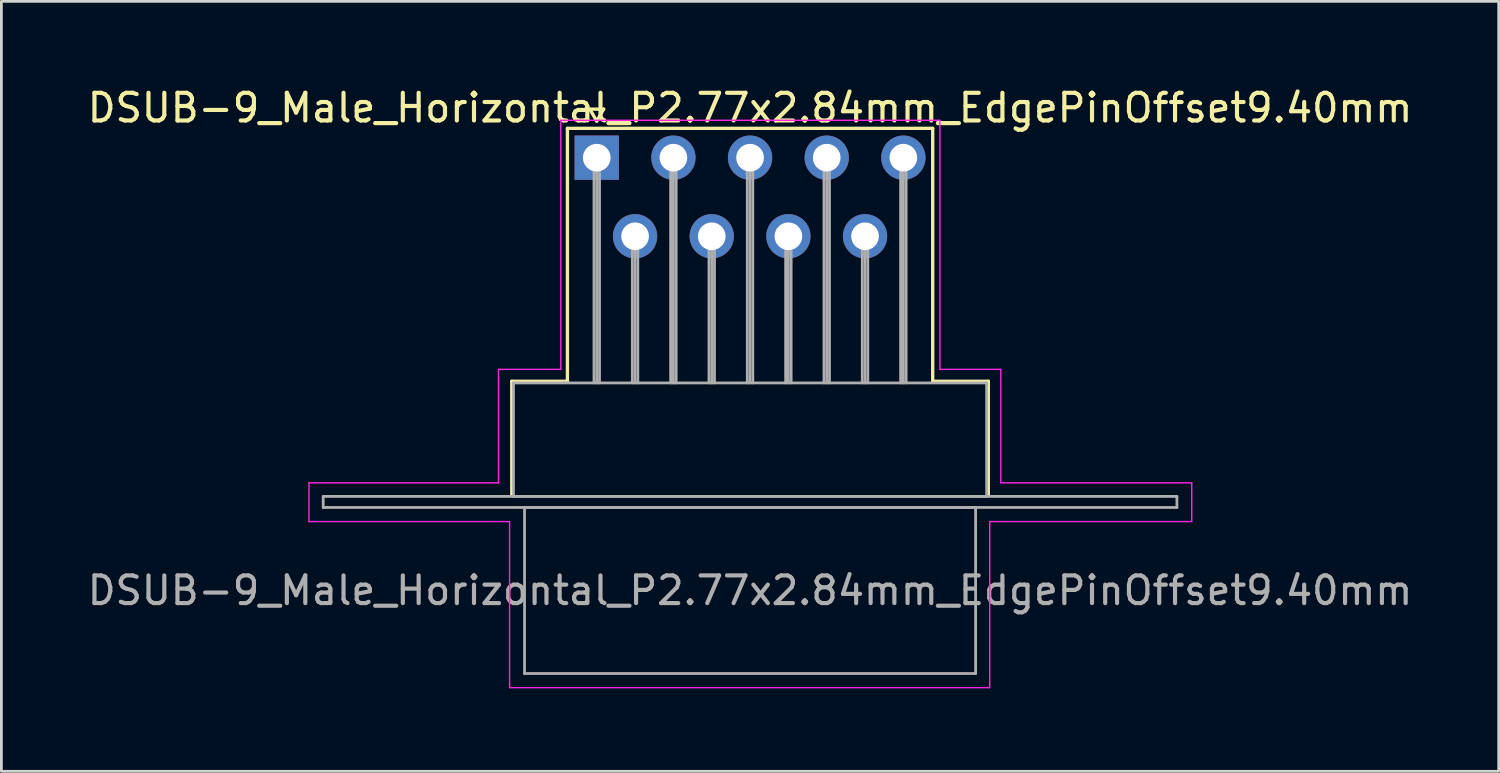
<source format=kicad_pcb>
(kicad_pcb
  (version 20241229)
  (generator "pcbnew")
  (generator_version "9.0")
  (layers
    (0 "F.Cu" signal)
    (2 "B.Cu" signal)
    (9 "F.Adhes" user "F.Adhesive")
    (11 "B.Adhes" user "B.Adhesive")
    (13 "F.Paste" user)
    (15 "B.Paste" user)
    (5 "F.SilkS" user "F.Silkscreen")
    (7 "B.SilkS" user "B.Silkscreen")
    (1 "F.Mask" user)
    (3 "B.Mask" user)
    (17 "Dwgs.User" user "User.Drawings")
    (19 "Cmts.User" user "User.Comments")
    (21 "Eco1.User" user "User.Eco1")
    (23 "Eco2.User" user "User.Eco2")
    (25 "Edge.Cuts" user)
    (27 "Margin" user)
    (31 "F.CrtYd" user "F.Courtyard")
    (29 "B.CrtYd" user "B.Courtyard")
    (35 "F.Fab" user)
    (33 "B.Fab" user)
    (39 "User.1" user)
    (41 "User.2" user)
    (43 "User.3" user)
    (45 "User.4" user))
  (footprint "DSUB-9_Male_Horizontal_P2.77x2.84mm_EdgePinOffset9.40mm"
    (layer "F.Cu")
    (at 18.514 2.648)
    (property "Reference" "DSUB-9_Male_Horizontal_P2.77x2.84mm_EdgePinOffset9.40mm" (at 5.54 -1.8 0) (layer "F.SilkS") (effects (font (size 1 1) (thickness 0.15))))
    (attr through_hole)
    (fp_line (start -3.07 8.08) (end -1.06 8.08) (stroke (width 0.12) (type solid)) (layer "F.SilkS"))
    (fp_line (start -3.07 12.18) (end -3.07 8.08) (stroke (width 0.12) (type solid)) (layer "F.SilkS"))
    (fp_line (start -1.06 -1.06) (end 12.14 -1.06) (stroke (width 0.12) (type solid)) (layer "F.SilkS"))
    (fp_line (start -1.06 8.08) (end -1.06 -1.06) (stroke (width 0.12) (type solid)) (layer "F.SilkS"))
    (fp_line (start -0.25 -1.754) (end 0.25 -1.754) (stroke (width 0.12) (type solid)) (layer "F.SilkS"))
    (fp_line (start 0 -1.321) (end -0.25 -1.754) (stroke (width 0.12) (type solid)) (layer "F.SilkS"))
    (fp_line (start 0.25 -1.754) (end 0 -1.321) (stroke (width 0.12) (type solid)) (layer "F.SilkS"))
    (fp_line (start 12.14 -1.06) (end 12.14 8.08) (stroke (width 0.12) (type solid)) (layer "F.SilkS"))
    (fp_line (start 12.14 8.08) (end 14.15 8.08) (stroke (width 0.12) (type solid)) (layer "F.SilkS"))
    (fp_line (start 14.15 8.08) (end 14.15 12.18) (stroke (width 0.12) (type solid)) (layer "F.SilkS"))
    (fp_line (start -10.4 11.75) (end -3.55 11.75) (stroke (width 0.05) (type solid)) (layer "F.CrtYd"))
    (fp_line (start -10.4 13.15) (end -10.4 11.75) (stroke (width 0.05) (type solid)) (layer "F.CrtYd"))
    (fp_line (start -3.55 7.65) (end -1.3 7.65) (stroke (width 0.05) (type solid)) (layer "F.CrtYd"))
    (fp_line (start -3.55 11.75) (end -3.55 7.65) (stroke (width 0.05) (type solid)) (layer "F.CrtYd"))
    (fp_line (start -3.15 13.15) (end -10.4 13.15) (stroke (width 0.05) (type solid)) (layer "F.CrtYd"))
    (fp_line (start -3.15 19.15) (end -3.15 13.15) (stroke (width 0.05) (type solid)) (layer "F.CrtYd"))
    (fp_line (start -1.3 -1.35) (end 12.4 -1.35) (stroke (width 0.05) (type solid)) (layer "F.CrtYd"))
    (fp_line (start -1.3 7.65) (end -1.3 -1.35) (stroke (width 0.05) (type solid)) (layer "F.CrtYd"))
    (fp_line (start 12.4 -1.35) (end 12.4 7.65) (stroke (width 0.05) (type solid)) (layer "F.CrtYd"))
    (fp_line (start 12.4 7.65) (end 14.6 7.65) (stroke (width 0.05) (type solid)) (layer "F.CrtYd"))
    (fp_line (start 14.2 13.15) (end 14.2 19.15) (stroke (width 0.05) (type solid)) (layer "F.CrtYd"))
    (fp_line (start 14.2 19.15) (end -3.15 19.15) (stroke (width 0.05) (type solid)) (layer "F.CrtYd"))
    (fp_line (start 14.6 7.65) (end 14.6 11.75) (stroke (width 0.05) (type solid)) (layer "F.CrtYd"))
    (fp_line (start 14.6 11.75) (end 21.5 11.75) (stroke (width 0.05) (type solid)) (layer "F.CrtYd"))
    (fp_line (start 21.5 11.75) (end 21.5 13.15) (stroke (width 0.05) (type solid)) (layer "F.CrtYd"))
    (fp_line (start 21.5 13.15) (end 14.2 13.15) (stroke (width 0.05) (type solid)) (layer "F.CrtYd"))
    (fp_line (start -9.885 12.24) (end -9.885 12.64) (stroke (width 0.1) (type solid)) (layer "F.Fab"))
    (fp_line (start -9.885 12.64) (end 20.965 12.64) (stroke (width 0.1) (type solid)) (layer "F.Fab"))
    (fp_line (start -3.01 8.14) (end -3.01 12.24) (stroke (width 0.1) (type solid)) (layer "F.Fab"))
    (fp_line (start -3.01 12.24) (end 14.09 12.24) (stroke (width 0.1) (type solid)) (layer "F.Fab"))
    (fp_line (start -2.61 12.64) (end -2.61 18.64) (stroke (width 0.1) (type solid)) (layer "F.Fab"))
    (fp_line (start -2.61 18.64) (end 13.69 18.64) (stroke (width 0.1) (type solid)) (layer "F.Fab"))
    (fp_line (start -0.1 0) (end -0.1 8.14) (stroke (width 0.1) (type solid)) (layer "F.Fab"))
    (fp_line (start 0 0) (end 0 8.14) (stroke (width 0.1) (type solid)) (layer "F.Fab"))
    (fp_line (start 0.1 0) (end 0.1 8.14) (stroke (width 0.1) (type solid)) (layer "F.Fab"))
    (fp_line (start 1.285 2.84) (end 1.285 8.14) (stroke (width 0.1) (type solid)) (layer "F.Fab"))
    (fp_line (start 1.385 2.84) (end 1.385 8.14) (stroke (width 0.1) (type solid)) (layer "F.Fab"))
    (fp_line (start 1.485 2.84) (end 1.485 8.14) (stroke (width 0.1) (type solid)) (layer "F.Fab"))
    (fp_line (start 2.67 0) (end 2.67 8.14) (stroke (width 0.1) (type solid)) (layer "F.Fab"))
    (fp_line (start 2.77 0) (end 2.77 8.14) (stroke (width 0.1) (type solid)) (layer "F.Fab"))
    (fp_line (start 2.87 0) (end 2.87 8.14) (stroke (width 0.1) (type solid)) (layer "F.Fab"))
    (fp_line (start 4.055 2.84) (end 4.055 8.14) (stroke (width 0.1) (type solid)) (layer "F.Fab"))
    (fp_line (start 4.155 2.84) (end 4.155 8.14) (stroke (width 0.1) (type solid)) (layer "F.Fab"))
    (fp_line (start 4.255 2.84) (end 4.255 8.14) (stroke (width 0.1) (type solid)) (layer "F.Fab"))
    (fp_line (start 5.44 0) (end 5.44 8.14) (stroke (width 0.1) (type solid)) (layer "F.Fab"))
    (fp_line (start 5.54 0) (end 5.54 8.14) (stroke (width 0.1) (type solid)) (layer "F.Fab"))
    (fp_line (start 5.64 0) (end 5.64 8.14) (stroke (width 0.1) (type solid)) (layer "F.Fab"))
    (fp_line (start 6.825 2.84) (end 6.825 8.14) (stroke (width 0.1) (type solid)) (layer "F.Fab"))
    (fp_line (start 6.925 2.84) (end 6.925 8.14) (stroke (width 0.1) (type solid)) (layer "F.Fab"))
    (fp_line (start 7.025 2.84) (end 7.025 8.14) (stroke (width 0.1) (type solid)) (layer "F.Fab"))
    (fp_line (start 8.21 0) (end 8.21 8.14) (stroke (width 0.1) (type solid)) (layer "F.Fab"))
    (fp_line (start 8.31 0) (end 8.31 8.14) (stroke (width 0.1) (type solid)) (layer "F.Fab"))
    (fp_line (start 8.41 0) (end 8.41 8.14) (stroke (width 0.1) (type solid)) (layer "F.Fab"))
    (fp_line (start 9.595 2.84) (end 9.595 8.14) (stroke (width 0.1) (type solid)) (layer "F.Fab"))
    (fp_line (start 9.695 2.84) (end 9.695 8.14) (stroke (width 0.1) (type solid)) (layer "F.Fab"))
    (fp_line (start 9.795 2.84) (end 9.795 8.14) (stroke (width 0.1) (type solid)) (layer "F.Fab"))
    (fp_line (start 10.98 0) (end 10.98 8.14) (stroke (width 0.1) (type solid)) (layer "F.Fab"))
    (fp_line (start 11.08 0) (end 11.08 8.14) (stroke (width 0.1) (type solid)) (layer "F.Fab"))
    (fp_line (start 11.18 0) (end 11.18 8.14) (stroke (width 0.1) (type solid)) (layer "F.Fab"))
    (fp_line (start 13.69 12.64) (end -2.61 12.64) (stroke (width 0.1) (type solid)) (layer "F.Fab"))
    (fp_line (start 13.69 18.64) (end 13.69 12.64) (stroke (width 0.1) (type solid)) (layer "F.Fab"))
    (fp_line (start 14.09 8.14) (end -3.01 8.14) (stroke (width 0.1) (type solid)) (layer "F.Fab"))
    (fp_line (start 14.09 12.24) (end 14.09 8.14) (stroke (width 0.1) (type solid)) (layer "F.Fab"))
    (fp_line (start 20.965 12.24) (end -9.885 12.24) (stroke (width 0.1) (type solid)) (layer "F.Fab"))
    (fp_line (start 20.965 12.64) (end 20.965 12.24) (stroke (width 0.1) (type solid)) (layer "F.Fab"))
    (fp_text user "${REFERENCE}" (at 5.54 15.64 0) (layer "F.Fab") (effects (font (size 1 1) (thickness 0.15))))
    (pad "1" thru_hole rect (at 0 0) (size 1.6 1.6) (drill 1) (layers "*.Cu" "*.Mask"))
    (pad "2" thru_hole circle (at 2.77 0) (size 1.6 1.6) (drill 1) (layers "*.Cu" "*.Mask"))
    (pad "3" thru_hole circle (at 5.54 0) (size 1.6 1.6) (drill 1) (layers "*.Cu" "*.Mask"))
    (pad "4" thru_hole circle (at 8.31 0) (size 1.6 1.6) (drill 1) (layers "*.Cu" "*.Mask"))
    (pad "5" thru_hole circle (at 11.08 0) (size 1.6 1.6) (drill 1) (layers "*.Cu" "*.Mask"))
    (pad "6" thru_hole circle (at 1.385 2.84) (size 1.6 1.6) (drill 1) (layers "*.Cu" "*.Mask"))
    (pad "7" thru_hole circle (at 4.155 2.84) (size 1.6 1.6) (drill 1) (layers "*.Cu" "*.Mask"))
    (pad "8" thru_hole circle (at 6.925 2.84) (size 1.6 1.6) (drill 1) (layers "*.Cu" "*.Mask"))
    (pad "9" thru_hole circle (at 9.695 2.84) (size 1.6 1.6) (drill 1) (layers "*.Cu" "*.Mask")))
  (gr_rect
    (start -3 -3)
    (end 51.107 24.823)
    (stroke (width 0.1) (type default))
    (fill no)
    (layer "Edge.Cuts")))
</source>
